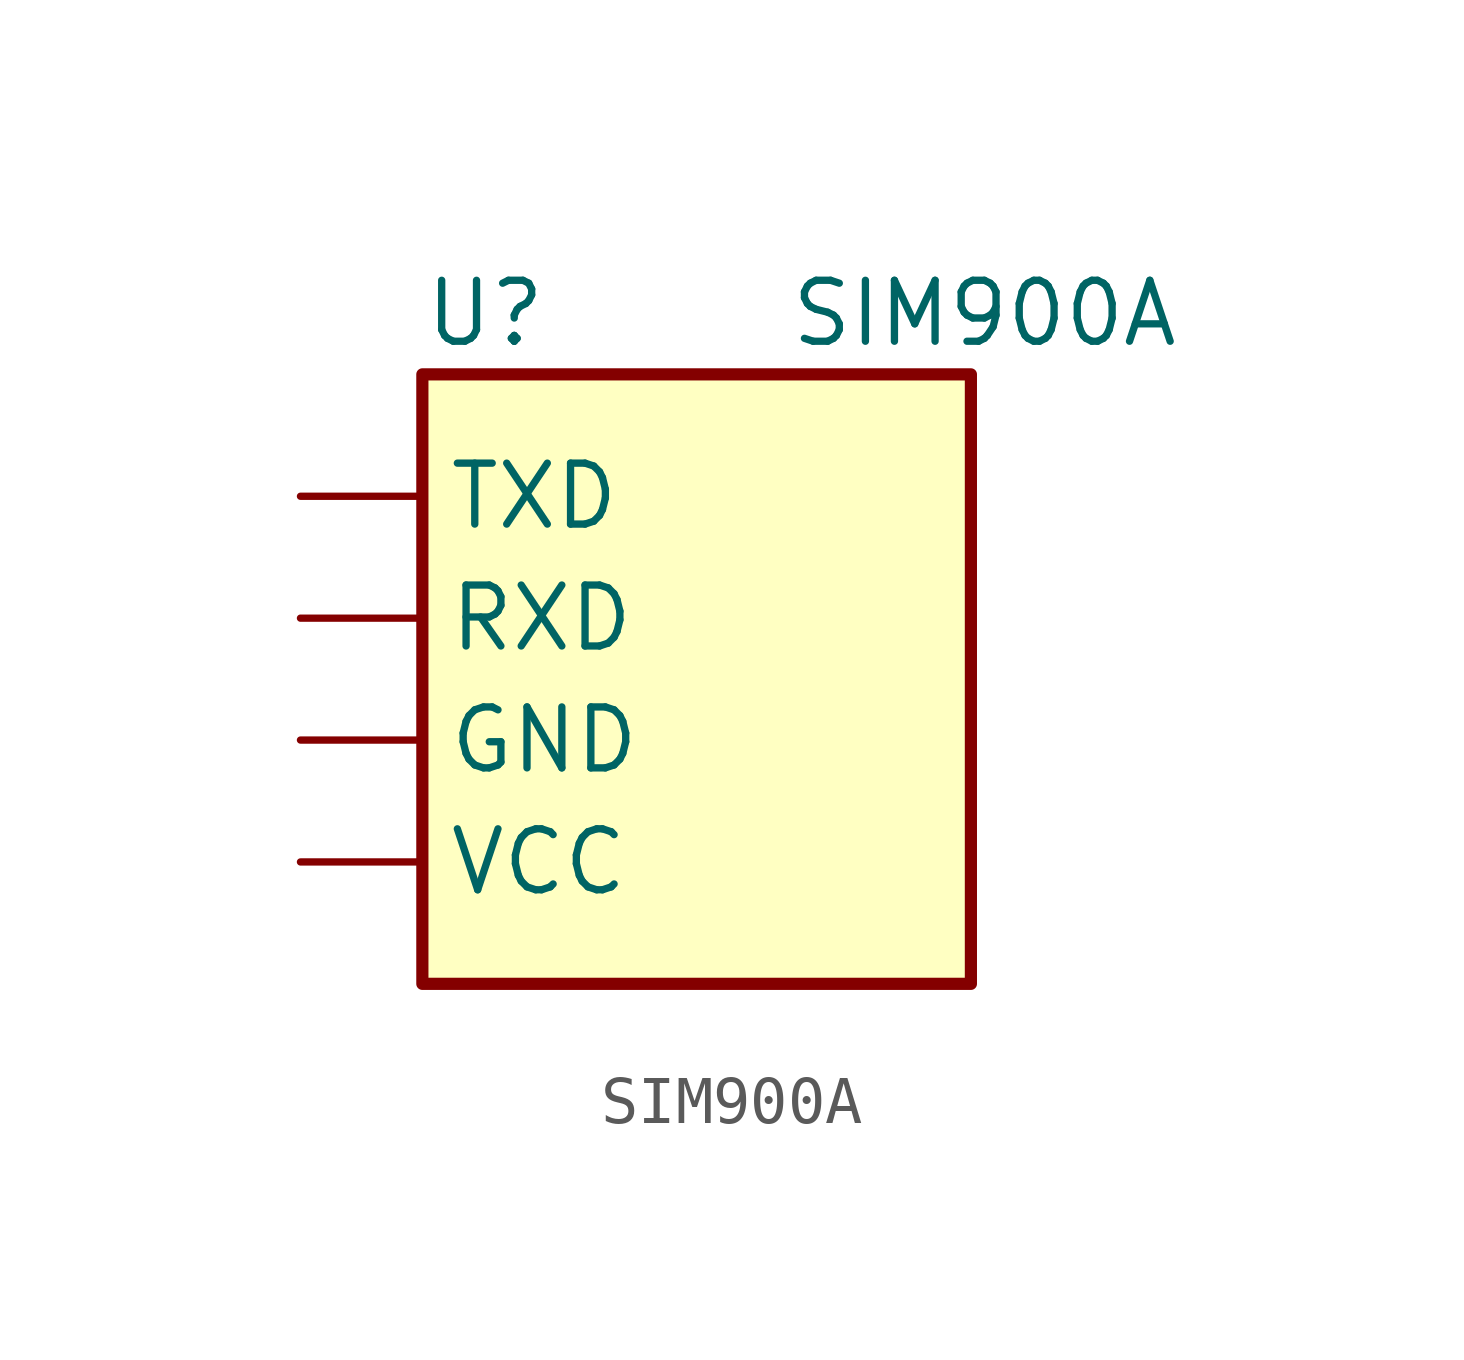
<source format=kicad_sym>
(kicad_symbol_lib
  (version 20211014)
  (generator kicad_symbol_editor)
  (symbol "SIM900A"
    (property "Reference" "U"
      (at -15.24 34.29 0)
      (effects (font (size 1.27 1.27)) (justify left)))
    (property "Value" "SIM900A"
      (at -7.62 34.29 0)
      (effects (font (size 1.27 1.27)) (justify left)))
    (symbol "SIM900A_0_1"
      (rectangle (start -15.24 33.02) (end -3.81 20.32) (stroke (width 0.254) (type default) (color 0 0 0 0)) (fill (type background))))
    (symbol "SIM900A_1_1"
      (pin passive line (at -17.78 25.4 0) (length 2.54) (name "GND" (effects (font (size 1.27 1.27)))) (number "" (effects (font (size 1.27 1.27)))))
      (pin input line (at -17.78 27.94 0) (length 2.54) (name "RXD" (effects (font (size 1.27 1.27)))) (number "" (effects (font (size 1.27 1.27)))))
      (pin output line (at -17.78 30.48 0) (length 2.54) (name "TXD" (effects (font (size 1.27 1.27)))) (number "" (effects (font (size 1.27 1.27)))))
      (pin power_in line (at -17.78 22.86 0) (length 2.54) (name "VCC" (effects (font (size 1.27 1.27)))) (number "" (effects (font (size 1.27 1.27))))))))
</source>
